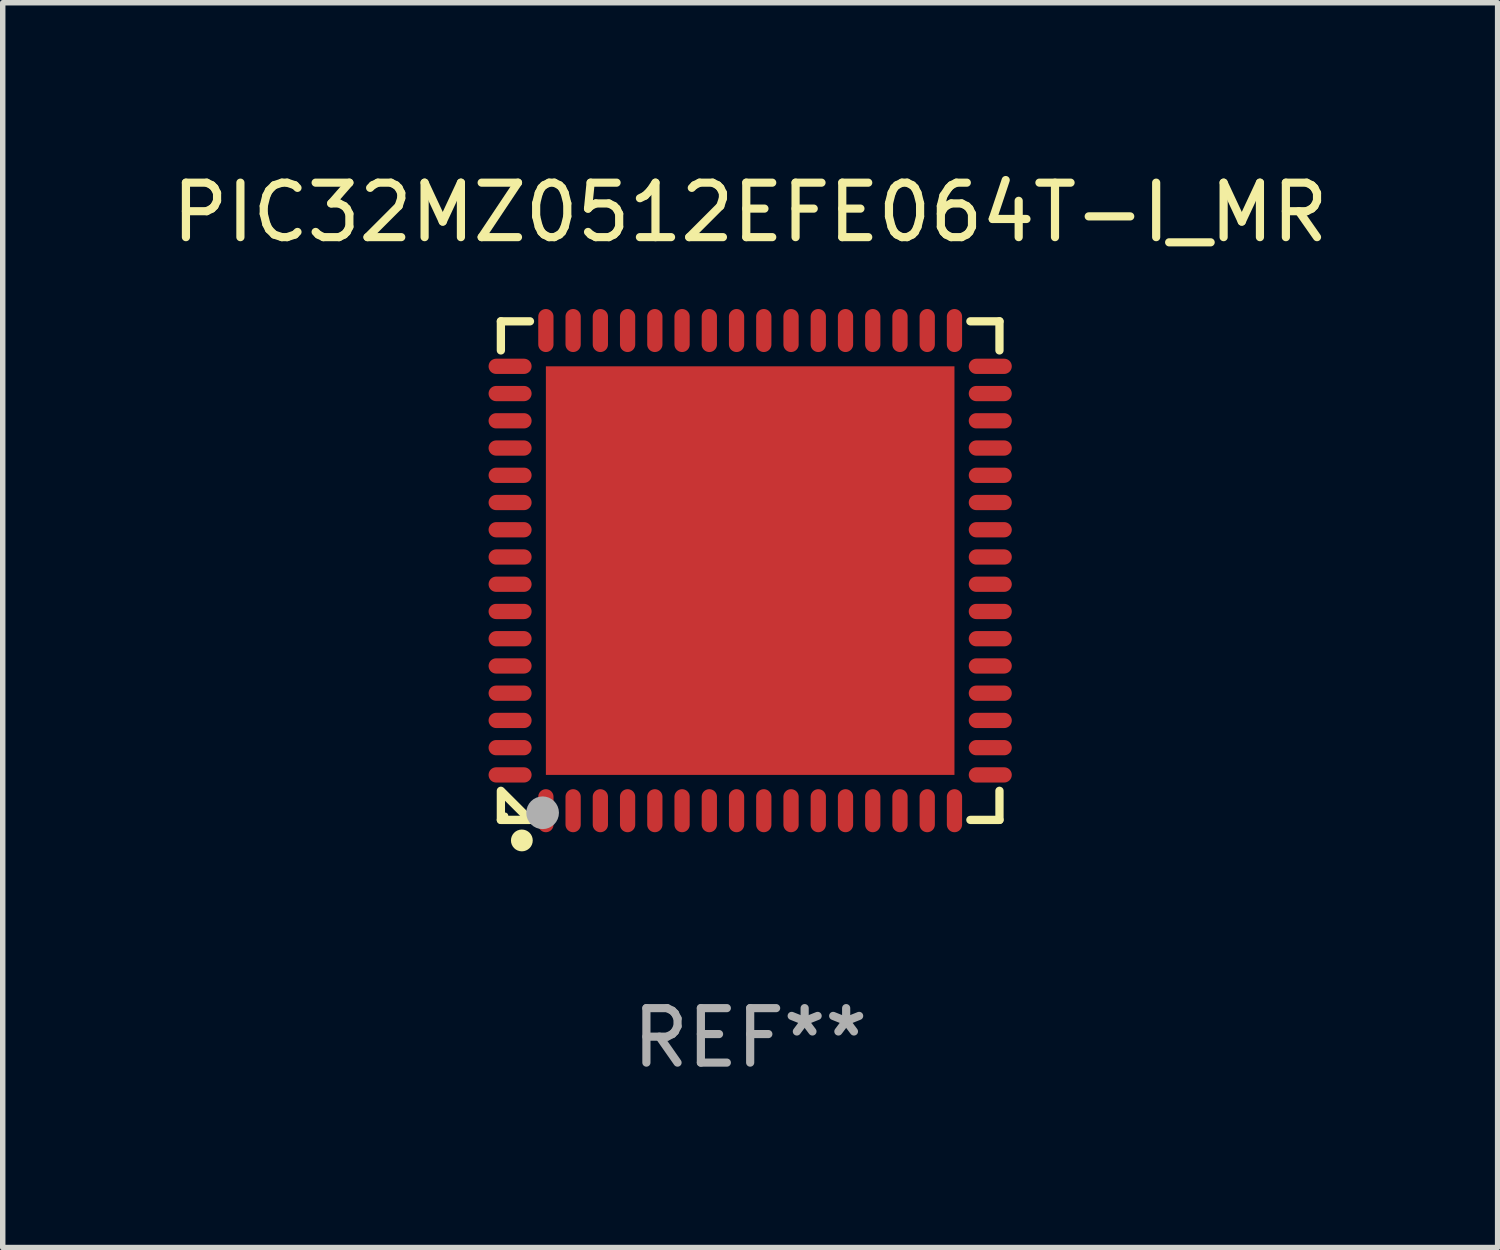
<source format=kicad_pcb>
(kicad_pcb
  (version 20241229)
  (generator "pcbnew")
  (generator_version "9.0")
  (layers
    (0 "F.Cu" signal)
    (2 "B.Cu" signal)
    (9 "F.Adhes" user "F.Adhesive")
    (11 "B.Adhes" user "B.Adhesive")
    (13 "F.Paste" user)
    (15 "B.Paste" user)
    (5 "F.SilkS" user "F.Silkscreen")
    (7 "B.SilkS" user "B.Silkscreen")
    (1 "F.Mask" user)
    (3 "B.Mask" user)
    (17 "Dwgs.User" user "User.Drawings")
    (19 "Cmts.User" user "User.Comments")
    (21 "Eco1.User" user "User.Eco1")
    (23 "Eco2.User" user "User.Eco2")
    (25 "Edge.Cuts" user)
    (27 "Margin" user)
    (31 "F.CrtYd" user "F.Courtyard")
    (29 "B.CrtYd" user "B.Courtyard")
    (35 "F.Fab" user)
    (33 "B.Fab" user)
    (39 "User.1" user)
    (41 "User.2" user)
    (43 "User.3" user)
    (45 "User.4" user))
  (footprint "PIC32MZ0512EFE064T-I_MR"
    (layer "F.Cu")
    (at 10.72 7.424)
    (property "Reference" "PIC32MZ0512EFE064T-I_MR" (at 0 -6.576 0) (layer "F.SilkS") (effects (font (size 1 1) (thickness 0.15))))
    (attr through_hole)
    (fp_line (start -4.576 -4.576) (end -4.576 -4.042) (stroke (width 0.152) (type solid)) (layer "F.SilkS"))
    (fp_line (start -4.576 4.576) (end -4.576 4.042) (stroke (width 0.152) (type solid)) (layer "F.SilkS"))
    (fp_line (start -4.069 4.549) (end -4.549 4.069) (stroke (width 0.152) (type solid)) (layer "F.SilkS"))
    (fp_line (start -4.042 -4.576) (end -4.576 -4.576) (stroke (width 0.152) (type solid)) (layer "F.SilkS"))
    (fp_line (start -4.042 4.576) (end -4.576 4.576) (stroke (width 0.152) (type solid)) (layer "F.SilkS"))
    (fp_line (start 4.042 -4.576) (end 4.576 -4.576) (stroke (width 0.152) (type solid)) (layer "F.SilkS"))
    (fp_line (start 4.042 4.576) (end 4.576 4.576) (stroke (width 0.152) (type solid)) (layer "F.SilkS"))
    (fp_line (start 4.576 -4.576) (end 4.576 -4.042) (stroke (width 0.152) (type solid)) (layer "F.SilkS"))
    (fp_line (start 4.576 4.576) (end 4.576 4.042) (stroke (width 0.152) (type solid)) (layer "F.SilkS"))
    (fp_circle (center -4.5 4.5) (end -4.47 4.5) (stroke (width 0.06) (type solid)) (fill no) (layer "F.SilkS"))
    (fp_circle (center -4.191 4.953) (end -4.091 4.953) (stroke (width 0.2) (type solid)) (fill no) (layer "F.SilkS"))
    (fp_circle (center -3.81 4.445) (end -3.66 4.445) (stroke (width 0.3) (type solid)) (fill no) (layer "F.Fab"))
    (fp_text user "REF**" (at 0 8.576 0) (layer "F.Fab") (effects (font (size 1 1) (thickness 0.15))))
    (pad "1" smd oval (at -3.75 4.407) (size 0.28 0.79) (layers "F.Cu" "F.Mask" "F.Paste"))
    (pad "2" smd oval (at -3.25 4.407) (size 0.28 0.79) (layers "F.Cu" "F.Mask" "F.Paste"))
    (pad "3" smd oval (at -2.75 4.407) (size 0.28 0.79) (layers "F.Cu" "F.Mask" "F.Paste"))
    (pad "4" smd oval (at -2.25 4.407) (size 0.28 0.79) (layers "F.Cu" "F.Mask" "F.Paste"))
    (pad "5" smd oval (at -1.75 4.407) (size 0.28 0.79) (layers "F.Cu" "F.Mask" "F.Paste"))
    (pad "6" smd oval (at -1.25 4.407) (size 0.28 0.79) (layers "F.Cu" "F.Mask" "F.Paste"))
    (pad "7" smd oval (at -0.75 4.407) (size 0.28 0.79) (layers "F.Cu" "F.Mask" "F.Paste"))
    (pad "8" smd oval (at -0.25 4.407) (size 0.28 0.79) (layers "F.Cu" "F.Mask" "F.Paste"))
    (pad "9" smd oval (at 0.25 4.407) (size 0.28 0.79) (layers "F.Cu" "F.Mask" "F.Paste"))
    (pad "10" smd oval (at 0.75 4.407) (size 0.28 0.79) (layers "F.Cu" "F.Mask" "F.Paste"))
    (pad "11" smd oval (at 1.25 4.407) (size 0.28 0.79) (layers "F.Cu" "F.Mask" "F.Paste"))
    (pad "12" smd oval (at 1.75 4.407) (size 0.28 0.79) (layers "F.Cu" "F.Mask" "F.Paste"))
    (pad "13" smd oval (at 2.25 4.407) (size 0.28 0.79) (layers "F.Cu" "F.Mask" "F.Paste"))
    (pad "14" smd oval (at 2.75 4.407) (size 0.28 0.79) (layers "F.Cu" "F.Mask" "F.Paste"))
    (pad "15" smd oval (at 3.25 4.407) (size 0.28 0.79) (layers "F.Cu" "F.Mask" "F.Paste"))
    (pad "16" smd oval (at 3.75 4.407) (size 0.28 0.79) (layers "F.Cu" "F.Mask" "F.Paste"))
    (pad "17" smd oval (at 4.407 3.75) (size 0.79 0.28) (layers "F.Cu" "F.Mask" "F.Paste"))
    (pad "18" smd oval (at 4.407 3.25) (size 0.79 0.28) (layers "F.Cu" "F.Mask" "F.Paste"))
    (pad "19" smd oval (at 4.407 2.75) (size 0.79 0.28) (layers "F.Cu" "F.Mask" "F.Paste"))
    (pad "20" smd oval (at 4.407 2.25) (size 0.79 0.28) (layers "F.Cu" "F.Mask" "F.Paste"))
    (pad "21" smd oval (at 4.407 1.75) (size 0.79 0.28) (layers "F.Cu" "F.Mask" "F.Paste"))
    (pad "22" smd oval (at 4.407 1.25) (size 0.79 0.28) (layers "F.Cu" "F.Mask" "F.Paste"))
    (pad "23" smd oval (at 4.407 0.75) (size 0.79 0.28) (layers "F.Cu" "F.Mask" "F.Paste"))
    (pad "24" smd oval (at 4.407 0.25) (size 0.79 0.28) (layers "F.Cu" "F.Mask" "F.Paste"))
    (pad "25" smd oval (at 4.407 -0.25) (size 0.79 0.28) (layers "F.Cu" "F.Mask" "F.Paste"))
    (pad "26" smd oval (at 4.407 -0.75) (size 0.79 0.28) (layers "F.Cu" "F.Mask" "F.Paste"))
    (pad "27" smd oval (at 4.407 -1.25) (size 0.79 0.28) (layers "F.Cu" "F.Mask" "F.Paste"))
    (pad "28" smd oval (at 4.407 -1.75) (size 0.79 0.28) (layers "F.Cu" "F.Mask" "F.Paste"))
    (pad "29" smd oval (at 4.407 -2.25) (size 0.79 0.28) (layers "F.Cu" "F.Mask" "F.Paste"))
    (pad "30" smd oval (at 4.407 -2.75) (size 0.79 0.28) (layers "F.Cu" "F.Mask" "F.Paste"))
    (pad "31" smd oval (at 4.407 -3.25) (size 0.79 0.28) (layers "F.Cu" "F.Mask" "F.Paste"))
    (pad "32" smd oval (at 4.407 -3.75) (size 0.79 0.28) (layers "F.Cu" "F.Mask" "F.Paste"))
    (pad "33" smd oval (at 3.75 -4.407) (size 0.28 0.79) (layers "F.Cu" "F.Mask" "F.Paste"))
    (pad "34" smd oval (at 3.25 -4.407) (size 0.28 0.79) (layers "F.Cu" "F.Mask" "F.Paste"))
    (pad "35" smd oval (at 2.75 -4.407) (size 0.28 0.79) (layers "F.Cu" "F.Mask" "F.Paste"))
    (pad "36" smd oval (at 2.25 -4.407) (size 0.28 0.79) (layers "F.Cu" "F.Mask" "F.Paste"))
    (pad "37" smd oval (at 1.75 -4.407) (size 0.28 0.79) (layers "F.Cu" "F.Mask" "F.Paste"))
    (pad "38" smd oval (at 1.25 -4.407) (size 0.28 0.79) (layers "F.Cu" "F.Mask" "F.Paste"))
    (pad "39" smd oval (at 0.75 -4.407) (size 0.28 0.79) (layers "F.Cu" "F.Mask" "F.Paste"))
    (pad "40" smd oval (at 0.25 -4.407) (size 0.28 0.79) (layers "F.Cu" "F.Mask" "F.Paste"))
    (pad "41" smd oval (at -0.25 -4.407) (size 0.28 0.79) (layers "F.Cu" "F.Mask" "F.Paste"))
    (pad "42" smd oval (at -0.75 -4.407) (size 0.28 0.79) (layers "F.Cu" "F.Mask" "F.Paste"))
    (pad "43" smd oval (at -1.25 -4.407) (size 0.28 0.79) (layers "F.Cu" "F.Mask" "F.Paste"))
    (pad "44" smd oval (at -1.75 -4.407) (size 0.28 0.79) (layers "F.Cu" "F.Mask" "F.Paste"))
    (pad "45" smd oval (at -2.25 -4.407) (size 0.28 0.79) (layers "F.Cu" "F.Mask" "F.Paste"))
    (pad "46" smd oval (at -2.75 -4.407) (size 0.28 0.79) (layers "F.Cu" "F.Mask" "F.Paste"))
    (pad "47" smd oval (at -3.25 -4.407) (size 0.28 0.79) (layers "F.Cu" "F.Mask" "F.Paste"))
    (pad "48" smd oval (at -3.75 -4.407) (size 0.28 0.79) (layers "F.Cu" "F.Mask" "F.Paste"))
    (pad "49" smd oval (at -4.407 -3.75) (size 0.79 0.28) (layers "F.Cu" "F.Mask" "F.Paste"))
    (pad "50" smd oval (at -4.407 -3.25) (size 0.79 0.28) (layers "F.Cu" "F.Mask" "F.Paste"))
    (pad "51" smd oval (at -4.407 -2.75) (size 0.79 0.28) (layers "F.Cu" "F.Mask" "F.Paste"))
    (pad "52" smd oval (at -4.407 -2.25) (size 0.79 0.28) (layers "F.Cu" "F.Mask" "F.Paste"))
    (pad "53" smd oval (at -4.407 -1.75) (size 0.79 0.28) (layers "F.Cu" "F.Mask" "F.Paste"))
    (pad "54" smd oval (at -4.407 -1.25) (size 0.79 0.28) (layers "F.Cu" "F.Mask" "F.Paste"))
    (pad "55" smd oval (at -4.407 -0.75) (size 0.79 0.28) (layers "F.Cu" "F.Mask" "F.Paste"))
    (pad "56" smd oval (at -4.407 -0.25) (size 0.79 0.28) (layers "F.Cu" "F.Mask" "F.Paste"))
    (pad "57" smd oval (at -4.407 0.25) (size 0.79 0.28) (layers "F.Cu" "F.Mask" "F.Paste"))
    (pad "58" smd oval (at -4.407 0.75) (size 0.79 0.28) (layers "F.Cu" "F.Mask" "F.Paste"))
    (pad "59" smd oval (at -4.407 1.25) (size 0.79 0.28) (layers "F.Cu" "F.Mask" "F.Paste"))
    (pad "60" smd oval (at -4.407 1.75) (size 0.79 0.28) (layers "F.Cu" "F.Mask" "F.Paste"))
    (pad "61" smd oval (at -4.407 2.25) (size 0.79 0.28) (layers "F.Cu" "F.Mask" "F.Paste"))
    (pad "62" smd oval (at -4.407 2.75) (size 0.79 0.28) (layers "F.Cu" "F.Mask" "F.Paste"))
    (pad "63" smd oval (at -4.407 3.25) (size 0.79 0.28) (layers "F.Cu" "F.Mask" "F.Paste"))
    (pad "64" smd oval (at -4.407 3.75) (size 0.79 0.28) (layers "F.Cu" "F.Mask" "F.Paste"))
    (pad "65" smd rect (at 0 0) (size 7.5 7.5) (layers "F.Cu" "F.Mask" "F.Paste")))
  (gr_rect
    (start -3 -3)
    (end 24.44 19.849)
    (stroke (width 0.1) (type default))
    (fill no)
    (layer "Edge.Cuts")))
</source>
